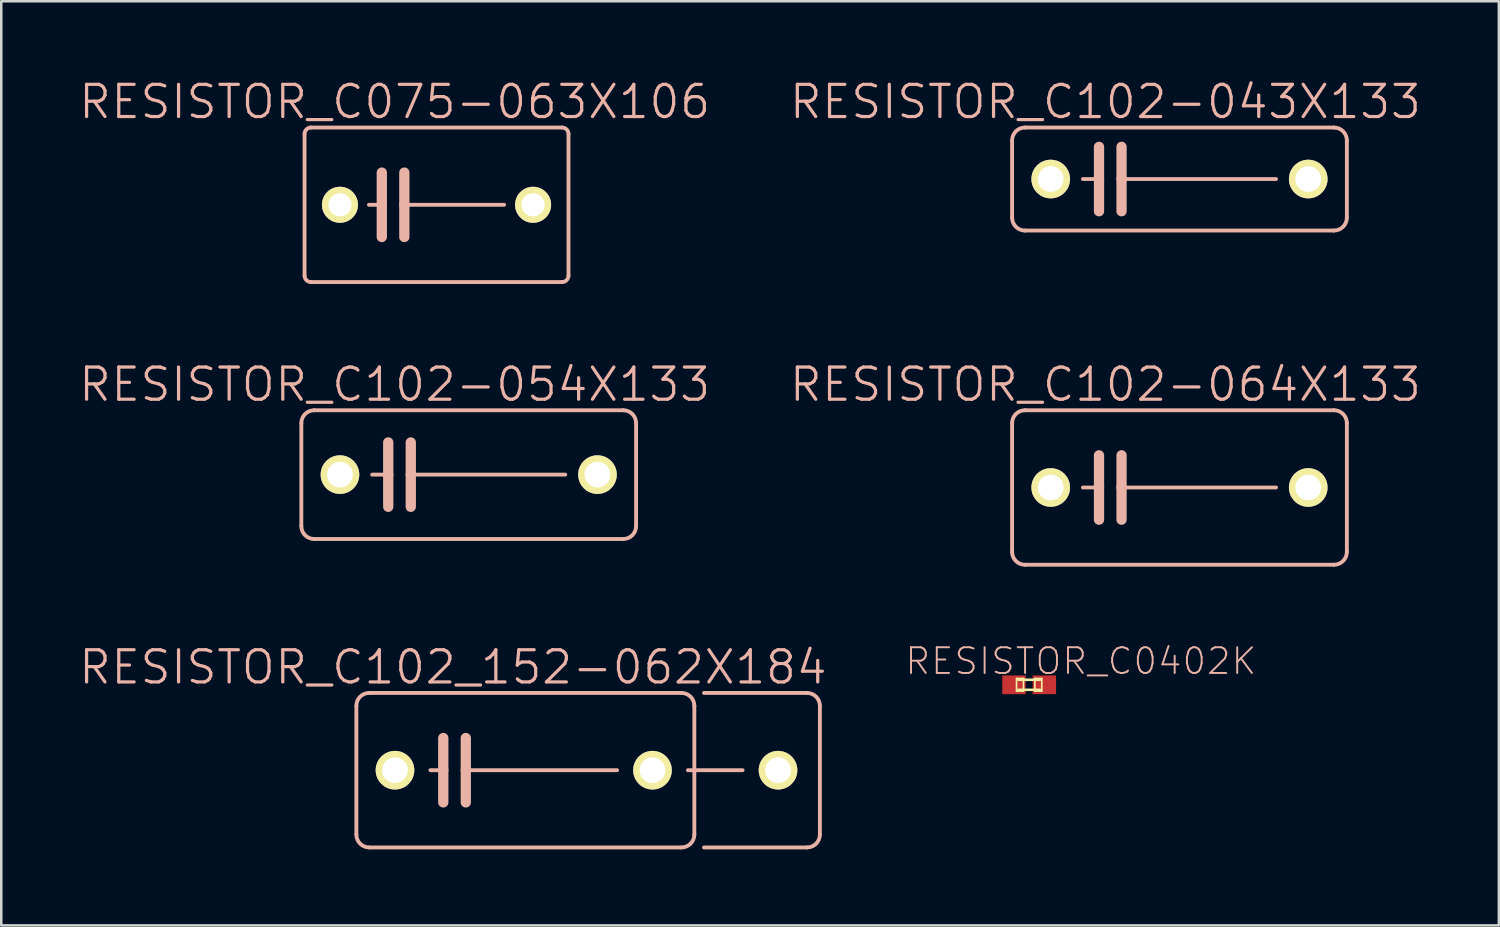
<source format=kicad_pcb>
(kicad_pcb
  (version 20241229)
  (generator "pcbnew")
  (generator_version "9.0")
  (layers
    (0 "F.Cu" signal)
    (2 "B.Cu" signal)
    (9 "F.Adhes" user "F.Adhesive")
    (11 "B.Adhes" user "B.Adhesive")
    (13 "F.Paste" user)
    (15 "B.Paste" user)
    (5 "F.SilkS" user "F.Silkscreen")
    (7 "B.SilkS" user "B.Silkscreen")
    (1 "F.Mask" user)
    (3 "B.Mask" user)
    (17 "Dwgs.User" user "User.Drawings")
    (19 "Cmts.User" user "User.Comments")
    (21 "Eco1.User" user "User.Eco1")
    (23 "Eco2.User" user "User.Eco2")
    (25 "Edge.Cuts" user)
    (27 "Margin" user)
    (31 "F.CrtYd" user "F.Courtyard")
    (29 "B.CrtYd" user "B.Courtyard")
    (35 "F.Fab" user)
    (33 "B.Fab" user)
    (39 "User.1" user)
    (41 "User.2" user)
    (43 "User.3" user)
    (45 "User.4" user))
  (footprint "RESISTOR_C102-043X133"
    (layer "F.Cu")
    (at 43.486 4.014)
    (property "Reference" "RESISTOR_C102-043X133" (at -2.921 -3.048 0) (layer "B.SilkS") (effects (font (size 1.27 1.27) (thickness 0.127))))
    (attr exclude_from_pos_files exclude_from_bom)
    (fp_line (start -6.604 1.524) (end -6.604 -1.524) (stroke (width 0.152) (type solid)) (layer "B.SilkS"))
    (fp_line (start -6.096 -2.032) (end 6.096 -2.032) (stroke (width 0.152) (type solid)) (layer "B.SilkS"))
    (fp_line (start -3.81 0) (end -3.175 0) (stroke (width 0.152) (type solid)) (layer "B.SilkS"))
    (fp_line (start -3.175 -1.27) (end -3.175 0) (stroke (width 0.406) (type solid)) (layer "B.SilkS"))
    (fp_line (start -3.175 0) (end -3.175 1.27) (stroke (width 0.406) (type solid)) (layer "B.SilkS"))
    (fp_line (start -2.286 -1.27) (end -2.286 0) (stroke (width 0.406) (type solid)) (layer "B.SilkS"))
    (fp_line (start -2.286 0) (end -2.286 1.27) (stroke (width 0.406) (type solid)) (layer "B.SilkS"))
    (fp_line (start 3.81 0) (end -2.286 0) (stroke (width 0.152) (type solid)) (layer "B.SilkS"))
    (fp_line (start 6.096 2.032) (end -6.096 2.032) (stroke (width 0.152) (type solid)) (layer "B.SilkS"))
    (fp_line (start 6.604 -1.524) (end 6.604 1.524) (stroke (width 0.152) (type solid)) (layer "B.SilkS"))
    (fp_arc (start -6.604 -1.524) (mid -6.45521 -1.88321) (end -6.096 -2.032) (stroke (width 0.1524) (type solid)) (layer "B.SilkS"))
    (fp_arc (start -6.096 2.032) (mid -6.45521 1.88321) (end -6.604 1.524) (stroke (width 0.1524) (type solid)) (layer "B.SilkS"))
    (fp_arc (start 6.096 -2.032) (mid 6.45521 -1.88321) (end 6.604 -1.524) (stroke (width 0.1524) (type solid)) (layer "B.SilkS"))
    (fp_arc (start 6.604 1.524) (mid 6.45521 1.88321) (end 6.096 2.032) (stroke (width 0.1524) (type solid)) (layer "B.SilkS"))
    (pad "1" thru_hole circle (at -5.08 0) (size 1.524 1.524) (drill 1.016) (layers "*.Cu" "F.Mask" "F.SilkS" "F.Paste"))
    (pad "2" thru_hole circle (at 5.08 0) (size 1.524 1.524) (drill 1.016) (layers "*.Cu" "F.Mask" "F.SilkS" "F.Paste")))
  (footprint "RESISTOR_C075-063X106"
    (layer "F.Cu")
    (at 14.173 5.03)
    (property "Reference" "RESISTOR_C075-063X106" (at -1.651 -4.064 0) (layer "B.SilkS") (effects (font (size 1.27 1.27) (thickness 0.127))))
    (attr exclude_from_pos_files exclude_from_bom)
    (fp_line (start -5.207 -2.794) (end -5.207 2.794) (stroke (width 0.152) (type solid)) (layer "B.SilkS"))
    (fp_line (start -4.953 3.048) (end 4.953 3.048) (stroke (width 0.152) (type solid)) (layer "B.SilkS"))
    (fp_line (start -2.667 0) (end -2.159 0) (stroke (width 0.152) (type solid)) (layer "B.SilkS"))
    (fp_line (start -2.159 -1.27) (end -2.159 0) (stroke (width 0.406) (type solid)) (layer "B.SilkS"))
    (fp_line (start -2.159 0) (end -2.159 1.27) (stroke (width 0.406) (type solid)) (layer "B.SilkS"))
    (fp_line (start -1.27 -1.27) (end -1.27 0) (stroke (width 0.406) (type solid)) (layer "B.SilkS"))
    (fp_line (start -1.27 0) (end -1.27 1.27) (stroke (width 0.406) (type solid)) (layer "B.SilkS"))
    (fp_line (start -1.27 0) (end 2.667 0) (stroke (width 0.152) (type solid)) (layer "B.SilkS"))
    (fp_line (start 4.953 -3.048) (end -4.953 -3.048) (stroke (width 0.152) (type solid)) (layer "B.SilkS"))
    (fp_line (start 5.207 2.794) (end 5.207 -2.794) (stroke (width 0.152) (type solid)) (layer "B.SilkS"))
    (fp_arc (start -5.207 -2.794) (mid -5.132605 -2.973605) (end -4.953 -3.048) (stroke (width 0.1524) (type solid)) (layer "B.SilkS"))
    (fp_arc (start -4.953 3.048) (mid -5.132605 2.973605) (end -5.207 2.794) (stroke (width 0.1524) (type solid)) (layer "B.SilkS"))
    (fp_arc (start 4.953 -3.048) (mid 5.132605 -2.973605) (end 5.207 -2.794) (stroke (width 0.1524) (type solid)) (layer "B.SilkS"))
    (fp_arc (start 5.207 2.794) (mid 5.132605 2.973605) (end 4.953 3.048) (stroke (width 0.1524) (type solid)) (layer "B.SilkS"))
    (pad "1" thru_hole circle (at -3.81 0) (size 1.422 1.422) (drill 0.914) (layers "*.Cu" "F.Mask" "F.SilkS" "F.Paste"))
    (pad "2" thru_hole circle (at 3.81 0) (size 1.422 1.422) (drill 0.914) (layers "*.Cu" "F.Mask" "F.SilkS" "F.Paste")))
  (footprint "RESISTOR_C0402K"
    (layer "F.Cu")
    (at 37.555 23.968)
    (property "Reference" "RESISTOR_C0402K" (at 2.04 -0.932 0) (layer "B.SilkS") (effects (font (size 1.016 1.016) (thickness 0.076))))
    (attr smd)
    (fp_line (start -0.498 -0.249) (end -0.224 -0.249) (stroke (width 0.066) (type solid)) (layer "F.SilkS"))
    (fp_line (start -0.498 0.249) (end -0.498 -0.249) (stroke (width 0.066) (type solid)) (layer "F.SilkS"))
    (fp_line (start -0.498 0.249) (end -0.224 0.249) (stroke (width 0.066) (type solid)) (layer "F.SilkS"))
    (fp_line (start -0.424 -0.198) (end 0.424 -0.198) (stroke (width 0.102) (type solid)) (layer "F.SilkS"))
    (fp_line (start -0.224 0.249) (end -0.224 -0.249) (stroke (width 0.066) (type solid)) (layer "F.SilkS"))
    (fp_line (start 0.224 -0.249) (end 0.498 -0.249) (stroke (width 0.066) (type solid)) (layer "F.SilkS"))
    (fp_line (start 0.224 0.249) (end 0.224 -0.249) (stroke (width 0.066) (type solid)) (layer "F.SilkS"))
    (fp_line (start 0.224 0.249) (end 0.498 0.249) (stroke (width 0.066) (type solid)) (layer "F.SilkS"))
    (fp_line (start 0.424 0.198) (end -0.424 0.198) (stroke (width 0.102) (type solid)) (layer "F.SilkS"))
    (fp_line (start 0.498 0.249) (end 0.498 -0.249) (stroke (width 0.066) (type solid)) (layer "F.SilkS"))
    (pad "1" smd rect (at -0.599 0) (size 0.925 0.739) (layers "F.Cu" "F.Mask" "F.Paste"))
    (pad "2" smd rect (at 0.599 0) (size 0.925 0.739) (layers "F.Cu" "F.Mask" "F.Paste")))
  (footprint "RESISTOR_C102-054X133"
    (layer "F.Cu")
    (at 15.443 15.676)
    (property "Reference" "RESISTOR_C102-054X133" (at -2.921 -3.556 0) (layer "B.SilkS") (effects (font (size 1.27 1.27) (thickness 0.127))))
    (attr exclude_from_pos_files exclude_from_bom)
    (fp_line (start -6.604 2.032) (end -6.604 -2.032) (stroke (width 0.152) (type solid)) (layer "B.SilkS"))
    (fp_line (start -6.096 -2.54) (end 6.096 -2.54) (stroke (width 0.152) (type solid)) (layer "B.SilkS"))
    (fp_line (start -3.81 0) (end -3.175 0) (stroke (width 0.152) (type solid)) (layer "B.SilkS"))
    (fp_line (start -3.175 -1.27) (end -3.175 0) (stroke (width 0.406) (type solid)) (layer "B.SilkS"))
    (fp_line (start -3.175 0) (end -3.175 1.27) (stroke (width 0.406) (type solid)) (layer "B.SilkS"))
    (fp_line (start -2.286 -1.27) (end -2.286 0) (stroke (width 0.406) (type solid)) (layer "B.SilkS"))
    (fp_line (start -2.286 0) (end -2.286 1.27) (stroke (width 0.406) (type solid)) (layer "B.SilkS"))
    (fp_line (start 3.81 0) (end -2.286 0) (stroke (width 0.152) (type solid)) (layer "B.SilkS"))
    (fp_line (start 6.096 2.54) (end -6.096 2.54) (stroke (width 0.152) (type solid)) (layer "B.SilkS"))
    (fp_line (start 6.604 -2.032) (end 6.604 2.032) (stroke (width 0.152) (type solid)) (layer "B.SilkS"))
    (fp_arc (start -6.604 -2.032) (mid -6.45521 -2.39121) (end -6.096 -2.54) (stroke (width 0.1524) (type solid)) (layer "B.SilkS"))
    (fp_arc (start -6.096 2.54) (mid -6.45521 2.39121) (end -6.604 2.032) (stroke (width 0.1524) (type solid)) (layer "B.SilkS"))
    (fp_arc (start 6.096 -2.54) (mid 6.45521 -2.39121) (end 6.604 -2.032) (stroke (width 0.1524) (type solid)) (layer "B.SilkS"))
    (fp_arc (start 6.604 2.032) (mid 6.45521 2.39121) (end 6.096 2.54) (stroke (width 0.1524) (type solid)) (layer "B.SilkS"))
    (pad "1" thru_hole circle (at -5.08 0) (size 1.524 1.524) (drill 1.016) (layers "*.Cu" "F.Mask" "F.SilkS" "F.Paste"))
    (pad "2" thru_hole circle (at 5.08 0) (size 1.524 1.524) (drill 1.016) (layers "*.Cu" "F.Mask" "F.SilkS" "F.Paste")))
  (footprint "RESISTOR_C102-064X133"
    (layer "F.Cu")
    (at 43.486 16.184)
    (property "Reference" "RESISTOR_C102-064X133" (at -2.921 -4.064 0) (layer "B.SilkS") (effects (font (size 1.27 1.27) (thickness 0.127))))
    (attr exclude_from_pos_files exclude_from_bom)
    (fp_line (start -6.604 2.54) (end -6.604 -2.54) (stroke (width 0.152) (type solid)) (layer "B.SilkS"))
    (fp_line (start -6.096 -3.048) (end 6.096 -3.048) (stroke (width 0.152) (type solid)) (layer "B.SilkS"))
    (fp_line (start -3.81 0) (end -3.175 0) (stroke (width 0.152) (type solid)) (layer "B.SilkS"))
    (fp_line (start -3.175 -1.27) (end -3.175 0) (stroke (width 0.406) (type solid)) (layer "B.SilkS"))
    (fp_line (start -3.175 0) (end -3.175 1.27) (stroke (width 0.406) (type solid)) (layer "B.SilkS"))
    (fp_line (start -2.286 -1.27) (end -2.286 0) (stroke (width 0.406) (type solid)) (layer "B.SilkS"))
    (fp_line (start -2.286 0) (end -2.286 1.27) (stroke (width 0.406) (type solid)) (layer "B.SilkS"))
    (fp_line (start 3.81 0) (end -2.286 0) (stroke (width 0.152) (type solid)) (layer "B.SilkS"))
    (fp_line (start 6.096 3.048) (end -6.096 3.048) (stroke (width 0.152) (type solid)) (layer "B.SilkS"))
    (fp_line (start 6.604 -2.54) (end 6.604 2.54) (stroke (width 0.152) (type solid)) (layer "B.SilkS"))
    (fp_arc (start -6.604 -2.54) (mid -6.45521 -2.89921) (end -6.096 -3.048) (stroke (width 0.1524) (type solid)) (layer "B.SilkS"))
    (fp_arc (start -6.096 3.048) (mid -6.45521 2.89921) (end -6.604 2.54) (stroke (width 0.1524) (type solid)) (layer "B.SilkS"))
    (fp_arc (start 6.096 -3.048) (mid 6.45521 -2.89921) (end 6.604 -2.54) (stroke (width 0.1524) (type solid)) (layer "B.SilkS"))
    (fp_arc (start 6.604 2.54) (mid 6.45521 2.89921) (end 6.096 3.048) (stroke (width 0.1524) (type solid)) (layer "B.SilkS"))
    (pad "1" thru_hole circle (at -5.08 0) (size 1.524 1.524) (drill 1.016) (layers "*.Cu" "F.Mask" "F.SilkS" "F.Paste"))
    (pad "2" thru_hole circle (at 5.08 0) (size 1.524 1.524) (drill 1.016) (layers "*.Cu" "F.Mask" "F.SilkS" "F.Paste")))
  (footprint "RESISTOR_C102_152-062X184"
    (layer "F.Cu")
    (at 17.614 27.338)
    (property "Reference" "RESISTOR_C102_152-062X184" (at -2.794 -4.064 0) (layer "B.SilkS") (effects (font (size 1.27 1.27) (thickness 0.127))))
    (attr exclude_from_pos_files exclude_from_bom)
    (fp_line (start -6.604 2.54) (end -6.604 -2.54) (stroke (width 0.152) (type solid)) (layer "B.SilkS"))
    (fp_line (start -6.096 -3.048) (end 6.223 -3.048) (stroke (width 0.152) (type solid)) (layer "B.SilkS"))
    (fp_line (start -3.683 0) (end -3.175 0) (stroke (width 0.152) (type solid)) (layer "B.SilkS"))
    (fp_line (start -3.175 -1.27) (end -3.175 0) (stroke (width 0.406) (type solid)) (layer "B.SilkS"))
    (fp_line (start -3.175 0) (end -3.175 1.27) (stroke (width 0.406) (type solid)) (layer "B.SilkS"))
    (fp_line (start -2.286 -1.27) (end -2.286 0) (stroke (width 0.406) (type solid)) (layer "B.SilkS"))
    (fp_line (start -2.286 0) (end -2.286 1.27) (stroke (width 0.406) (type solid)) (layer "B.SilkS"))
    (fp_line (start -2.286 0) (end 3.683 0) (stroke (width 0.152) (type solid)) (layer "B.SilkS"))
    (fp_line (start 6.223 3.048) (end -6.096 3.048) (stroke (width 0.152) (type solid)) (layer "B.SilkS"))
    (fp_line (start 6.477 0) (end 8.636 0) (stroke (width 0.152) (type solid)) (layer "B.SilkS"))
    (fp_line (start 6.731 -2.54) (end 6.731 2.54) (stroke (width 0.152) (type solid)) (layer "B.SilkS"))
    (fp_line (start 7.112 -3.048) (end 11.176 -3.048) (stroke (width 0.152) (type solid)) (layer "B.SilkS"))
    (fp_line (start 11.176 3.048) (end 7.112 3.048) (stroke (width 0.152) (type solid)) (layer "B.SilkS"))
    (fp_line (start 11.684 -2.54) (end 11.684 2.54) (stroke (width 0.152) (type solid)) (layer "B.SilkS"))
    (fp_arc (start -6.604 -2.54) (mid -6.45521 -2.89921) (end -6.096 -3.048) (stroke (width 0.1524) (type solid)) (layer "B.SilkS"))
    (fp_arc (start -6.096 3.048) (mid -6.45521 2.89921) (end -6.604 2.54) (stroke (width 0.1524) (type solid)) (layer "B.SilkS"))
    (fp_arc (start 6.223 -3.048) (mid 6.58221 -2.89921) (end 6.731 -2.54) (stroke (width 0.1524) (type solid)) (layer "B.SilkS"))
    (fp_arc (start 6.731 2.54) (mid 6.58221 2.89921) (end 6.223 3.048) (stroke (width 0.1524) (type solid)) (layer "B.SilkS"))
    (fp_arc (start 11.176 -3.048) (mid 11.53521 -2.89921) (end 11.684 -2.54) (stroke (width 0.1524) (type solid)) (layer "B.SilkS"))
    (fp_arc (start 11.684 2.54) (mid 11.53521 2.89921) (end 11.176 3.048) (stroke (width 0.1524) (type solid)) (layer "B.SilkS"))
    (pad "1" thru_hole circle (at -5.08 0) (size 1.524 1.524) (drill 1.016) (layers "*.Cu" "F.Mask" "F.SilkS" "F.Paste"))
    (pad "2" thru_hole circle (at 5.08 0) (size 1.524 1.524) (drill 1.016) (layers "*.Cu" "F.Mask" "F.SilkS" "F.Paste"))
    (pad "3" thru_hole circle (at 10.033 0) (size 1.524 1.524) (drill 1.016) (layers "*.Cu" "F.Mask" "F.SilkS" "F.Paste")))
  (gr_rect
    (start -3 -3)
    (end 56.086 33.462)
    (stroke (width 0.1) (type default))
    (fill no)
    (layer "Edge.Cuts")))
</source>
